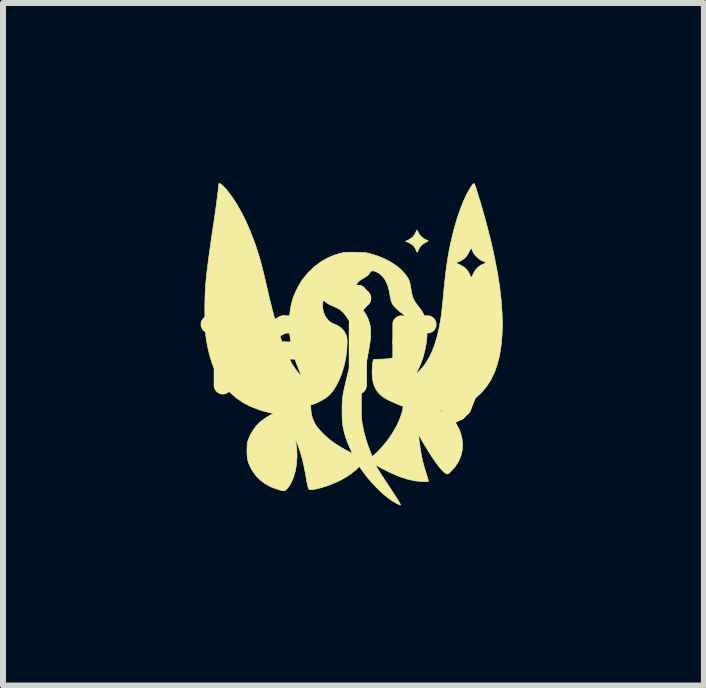
<source format=kicad_pcb>
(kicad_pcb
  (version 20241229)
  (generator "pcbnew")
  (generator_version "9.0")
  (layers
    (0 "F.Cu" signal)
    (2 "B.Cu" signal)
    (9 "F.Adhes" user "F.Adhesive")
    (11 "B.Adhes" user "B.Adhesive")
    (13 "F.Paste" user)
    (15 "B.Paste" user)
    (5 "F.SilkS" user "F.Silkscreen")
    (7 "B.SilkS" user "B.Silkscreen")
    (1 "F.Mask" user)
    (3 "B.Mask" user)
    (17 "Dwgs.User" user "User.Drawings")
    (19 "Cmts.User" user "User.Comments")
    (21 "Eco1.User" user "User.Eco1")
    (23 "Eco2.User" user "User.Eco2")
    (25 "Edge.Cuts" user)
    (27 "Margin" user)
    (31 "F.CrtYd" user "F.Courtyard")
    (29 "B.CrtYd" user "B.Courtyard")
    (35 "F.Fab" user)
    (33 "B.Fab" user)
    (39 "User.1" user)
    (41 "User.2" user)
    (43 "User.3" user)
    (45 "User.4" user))
  (footprint "fairy"
    (layer "F.Cu")
    (at 2.838 2.68)
    (property "Reference" "fairy" (at 0 0 0) (layer "F.SilkS") (effects (font (size 1.524 1.524) (thickness 0.3))))
    (attr through_hole)
    (fp_poly (pts (xy 1.065 -1.889) (xy 1.074 -1.871) (xy 1.079 -1.859) (xy 1.098 -1.825) (xy 1.128 -1.791) (xy 1.163 -1.761) (xy 1.199 -1.739) (xy 1.212 -1.734) (xy 1.232 -1.727) (xy 1.244 -1.719) (xy 1.245 -1.718) (xy 1.237 -1.711) (xy 1.219 -1.7) (xy 1.202 -1.692) (xy 1.163 -1.669) (xy 1.127 -1.637) (xy 1.098 -1.599) (xy 1.083 -1.568) (xy 1.072 -1.539) (xy 1.063 -1.528) (xy 1.055 -1.533) (xy 1.053 -1.537) (xy 1.03 -1.592) (xy 1.002 -1.633) (xy 0.963 -1.665) (xy 0.914 -1.691) (xy 0.868 -1.712) (xy 0.919 -1.735) (xy 0.972 -1.768) (xy 1.013 -1.812) (xy 1.038 -1.86) (xy 1.048 -1.882) (xy 1.056 -1.895) (xy 1.058 -1.897) (xy 1.065 -1.889)) (stroke (width 0.01) (type solid)) (fill yes) (layer "F.SilkS"))
    (fp_poly (pts (xy -2.225 -2.673) (xy -2.203 -2.659) (xy -2.176 -2.635) (xy -2.143 -2.603) (xy -2.107 -2.562) (xy -2.099 -2.551) (xy -2.019 -2.446) (xy -1.941 -2.325) (xy -1.865 -2.191) (xy -1.792 -2.046) (xy -1.724 -1.891) (xy -1.661 -1.729) (xy -1.634 -1.654) (xy -1.604 -1.563) (xy -1.576 -1.474) (xy -1.55 -1.384) (xy -1.524 -1.288) (xy -1.498 -1.184) (xy -1.471 -1.069) (xy -1.451 -0.982) (xy -1.403 -0.775) (xy -1.356 -0.583) (xy -1.309 -0.408) (xy -1.262 -0.248) (xy -1.214 -0.103) (xy -1.167 0.027) (xy -1.118 0.144) (xy -1.07 0.247) (xy -1.02 0.337) (xy -0.969 0.415) (xy -0.929 0.467) (xy -0.904 0.495) (xy -0.888 0.51) (xy -0.879 0.511) (xy -0.88 0.5) (xy -0.886 0.484) (xy -0.95 0.325) (xy -1.001 0.165) (xy -1.038 0.005) (xy -1.061 -0.152) (xy -1.071 -0.306) (xy -1.067 -0.455) (xy -1.049 -0.597) (xy -1.017 -0.733) (xy -1.008 -0.762) (xy -0.99 -0.809) (xy -0.966 -0.864) (xy -0.961 -0.873) (xy 0.011 -0.873) (xy 0.012 -0.831) (xy 0.022 -0.789) (xy 0.041 -0.743) (xy 0.071 -0.692) (xy 0.112 -0.632) (xy 0.122 -0.619) (xy 0.172 -0.548) (xy 0.211 -0.484) (xy 0.241 -0.426) (xy 0.262 -0.37) (xy 0.276 -0.313) (xy 0.284 -0.251) (xy 0.286 -0.216) (xy 0.287 -0.181) (xy 0.286 -0.146) (xy 0.284 -0.109) (xy 0.281 -0.068) (xy 0.275 -0.021) (xy 0.266 0.034) (xy 0.255 0.098) (xy 0.241 0.174) (xy 0.224 0.263) (xy 0.212 0.322) (xy 0.193 0.419) (xy 0.177 0.501) (xy 0.164 0.573) (xy 0.154 0.635) (xy 0.146 0.692) (xy 0.14 0.744) (xy 0.136 0.796) (xy 0.133 0.848) (xy 0.132 0.905) (xy 0.131 0.968) (xy 0.131 1.016) (xy 0.132 1.093) (xy 0.132 1.156) (xy 0.134 1.207) (xy 0.137 1.25) (xy 0.14 1.287) (xy 0.145 1.321) (xy 0.146 1.329) (xy 0.18 1.49) (xy 0.227 1.65) (xy 0.284 1.804) (xy 0.295 1.832) (xy 0.313 1.873) (xy 0.346 1.847) (xy 0.366 1.829) (xy 0.394 1.803) (xy 0.423 1.774) (xy 0.435 1.761) (xy 0.546 1.633) (xy 0.64 1.5) (xy 0.72 1.363) (xy 0.726 1.35) (xy 0.748 1.302) (xy 0.77 1.25) (xy 0.79 1.197) (xy 0.806 1.147) (xy 0.818 1.104) (xy 0.824 1.072) (xy 0.824 1.068) (xy 0.826 1.039) (xy 0.737 1.004) (xy 0.642 0.963) (xy 0.562 0.924) (xy 0.497 0.885) (xy 0.445 0.844) (xy 0.405 0.802) (xy 0.375 0.757) (xy 0.374 0.756) (xy 0.346 0.695) (xy 0.327 0.632) (xy 0.315 0.564) (xy 0.311 0.486) (xy 0.311 0.457) (xy 0.312 0.405) (xy 0.315 0.359) (xy 0.319 0.321) (xy 0.323 0.301) (xy 0.334 0.258) (xy 0.453 0.253) (xy 0.521 0.25) (xy 0.574 0.246) (xy 0.616 0.24) (xy 0.648 0.232) (xy 0.672 0.222) (xy 0.693 0.208) (xy 0.711 0.19) (xy 0.716 0.184) (xy 0.747 0.137) (xy 0.773 0.076) (xy 0.794 0.001) (xy 0.809 -0.084) (xy 0.817 -0.179) (xy 0.818 -0.188) (xy 0.821 -0.24) (xy 0.826 -0.28) (xy 0.833 -0.315) (xy 0.844 -0.351) (xy 0.849 -0.366) (xy 0.86 -0.401) (xy 0.866 -0.428) (xy 0.865 -0.449) (xy 0.855 -0.468) (xy 0.836 -0.489) (xy 0.805 -0.514) (xy 0.781 -0.532) (xy 0.724 -0.579) (xy 0.681 -0.623) (xy 0.649 -0.668) (xy 0.628 -0.717) (xy 0.614 -0.773) (xy 0.609 -0.805) (xy 0.59 -0.907) (xy 0.563 -0.995) (xy 0.527 -1.069) (xy 0.481 -1.13) (xy 0.427 -1.176) (xy 0.388 -1.198) (xy 0.349 -1.214) (xy 0.32 -1.219) (xy 0.297 -1.213) (xy 0.279 -1.195) (xy 0.269 -1.181) (xy 0.259 -1.165) (xy 0.247 -1.151) (xy 0.231 -1.137) (xy 0.21 -1.122) (xy 0.179 -1.103) (xy 0.136 -1.078) (xy 0.127 -1.072) (xy 0.079 -1.035) (xy 0.042 -0.986) (xy 0.019 -0.929) (xy 0.017 -0.917) (xy 0.011 -0.873) (xy -0.961 -0.873) (xy -0.937 -0.923) (xy -0.906 -0.98) (xy -0.876 -1.032) (xy -0.849 -1.074) (xy -0.845 -1.079) (xy -0.753 -1.19) (xy -0.654 -1.285) (xy -0.549 -1.365) (xy -0.436 -1.431) (xy -0.314 -1.482) (xy -0.225 -1.51) (xy -0.199 -1.516) (xy -0.174 -1.521) (xy -0.147 -1.524) (xy -0.115 -1.526) (xy -0.073 -1.527) (xy -0.02 -1.528) (xy 0.017 -1.528) (xy 0.076 -1.527) (xy 0.122 -1.527) (xy 0.159 -1.525) (xy 0.188 -1.523) (xy 0.215 -1.519) (xy 0.242 -1.513) (xy 0.274 -1.505) (xy 0.288 -1.501) (xy 0.403 -1.466) (xy 0.511 -1.422) (xy 0.611 -1.37) (xy 0.701 -1.313) (xy 0.78 -1.251) (xy 0.845 -1.184) (xy 0.897 -1.115) (xy 0.915 -1.083) (xy 0.933 -1.038) (xy 0.947 -0.982) (xy 0.953 -0.946) (xy 0.964 -0.88) (xy 0.974 -0.827) (xy 0.986 -0.783) (xy 1.002 -0.745) (xy 1.022 -0.709) (xy 1.048 -0.67) (xy 1.082 -0.626) (xy 1.089 -0.617) (xy 1.134 -0.556) (xy 1.168 -0.496) (xy 1.193 -0.434) (xy 1.21 -0.366) (xy 1.221 -0.289) (xy 1.225 -0.229) (xy 1.224 -0.12) (xy 1.211 -0.004) (xy 1.188 0.115) (xy 1.156 0.233) (xy 1.115 0.344) (xy 1.067 0.446) (xy 1.066 0.448) (xy 1.054 0.472) (xy 1.046 0.49) (xy 1.044 0.497) (xy 1.052 0.493) (xy 1.067 0.479) (xy 1.089 0.457) (xy 1.114 0.429) (xy 1.141 0.4) (xy 1.166 0.37) (xy 1.188 0.343) (xy 1.203 0.322) (xy 1.204 0.32) (xy 1.261 0.224) (xy 1.312 0.118) (xy 1.356 0.001) (xy 1.395 -0.129) (xy 1.428 -0.273) (xy 1.456 -0.432) (xy 1.46 -0.46) (xy 1.464 -0.492) (xy 1.47 -0.538) (xy 1.476 -0.594) (xy 1.483 -0.659) (xy 1.49 -0.728) (xy 1.497 -0.799) (xy 1.499 -0.824) (xy 1.513 -0.97) (xy 1.527 -1.102) (xy 1.541 -1.222) (xy 1.556 -1.333) (xy 1.559 -1.35) (xy 1.719 -1.35) (xy 1.724 -1.339) (xy 1.728 -1.338) (xy 1.74 -1.334) (xy 1.762 -1.325) (xy 1.79 -1.312) (xy 1.792 -1.311) (xy 1.85 -1.275) (xy 1.896 -1.228) (xy 1.932 -1.17) (xy 1.95 -1.124) (xy 1.957 -1.112) (xy 1.964 -1.112) (xy 1.974 -1.126) (xy 1.988 -1.154) (xy 1.994 -1.166) (xy 2.027 -1.226) (xy 2.071 -1.276) (xy 2.123 -1.314) (xy 2.159 -1.33) (xy 2.187 -1.342) (xy 2.201 -1.352) (xy 2.198 -1.361) (xy 2.18 -1.372) (xy 2.149 -1.384) (xy 2.109 -1.405) (xy 2.068 -1.436) (xy 2.03 -1.474) (xy 2 -1.515) (xy 1.985 -1.545) (xy 1.975 -1.57) (xy 1.967 -1.589) (xy 1.964 -1.595) (xy 1.957 -1.591) (xy 1.947 -1.575) (xy 1.933 -1.55) (xy 1.928 -1.54) (xy 1.909 -1.504) (xy 1.886 -1.469) (xy 1.864 -1.442) (xy 1.863 -1.441) (xy 1.838 -1.419) (xy 1.807 -1.398) (xy 1.775 -1.379) (xy 1.747 -1.367) (xy 1.729 -1.363) (xy 1.72 -1.356) (xy 1.719 -1.35) (xy 1.559 -1.35) (xy 1.572 -1.437) (xy 1.59 -1.537) (xy 1.609 -1.635) (xy 1.631 -1.734) (xy 1.655 -1.836) (xy 1.661 -1.858) (xy 1.694 -1.983) (xy 1.731 -2.105) (xy 1.771 -2.222) (xy 1.813 -2.332) (xy 1.856 -2.432) (xy 1.899 -2.52) (xy 1.942 -2.595) (xy 1.956 -2.617) (xy 1.976 -2.646) (xy 1.991 -2.665) (xy 2.003 -2.673) (xy 2.013 -2.669) (xy 2.022 -2.652) (xy 2.034 -2.621) (xy 2.048 -2.575) (xy 2.052 -2.564) (xy 2.143 -2.262) (xy 2.223 -1.973) (xy 2.293 -1.698) (xy 2.351 -1.434) (xy 2.399 -1.184) (xy 2.436 -0.946) (xy 2.461 -0.721) (xy 2.476 -0.508) (xy 2.481 -0.329) (xy 2.475 -0.142) (xy 2.459 0.032) (xy 2.433 0.192) (xy 2.396 0.34) (xy 2.348 0.475) (xy 2.289 0.597) (xy 2.219 0.706) (xy 2.139 0.803) (xy 2.047 0.887) (xy 1.945 0.958) (xy 1.861 1.003) (xy 1.803 1.028) (xy 1.737 1.051) (xy 1.668 1.072) (xy 1.599 1.09) (xy 1.534 1.102) (xy 1.48 1.109) (xy 1.462 1.109) (xy 1.449 1.11) (xy 1.446 1.113) (xy 1.455 1.12) (xy 1.477 1.132) (xy 1.486 1.137) (xy 1.574 1.192) (xy 1.648 1.255) (xy 1.708 1.325) (xy 1.754 1.405) (xy 1.781 1.473) (xy 1.808 1.577) (xy 1.817 1.678) (xy 1.811 1.776) (xy 1.788 1.87) (xy 1.749 1.959) (xy 1.695 2.043) (xy 1.646 2.099) (xy 1.616 2.129) (xy 1.595 2.149) (xy 1.581 2.161) (xy 1.569 2.165) (xy 1.558 2.165) (xy 1.553 2.164) (xy 1.527 2.151) (xy 1.494 2.123) (xy 1.456 2.082) (xy 1.411 2.027) (xy 1.362 1.96) (xy 1.308 1.882) (xy 1.251 1.792) (xy 1.189 1.692) (xy 1.125 1.583) (xy 1.123 1.579) (xy 1.106 1.55) (xy 1.093 1.529) (xy 1.085 1.518) (xy 1.084 1.517) (xy 1.085 1.527) (xy 1.088 1.551) (xy 1.092 1.586) (xy 1.097 1.628) (xy 1.101 1.657) (xy 1.118 1.773) (xy 1.136 1.878) (xy 1.158 1.975) (xy 1.185 2.07) (xy 1.207 2.141) (xy 1.222 2.186) (xy 1.234 2.227) (xy 1.243 2.259) (xy 1.248 2.281) (xy 1.248 2.288) (xy 1.236 2.292) (xy 1.208 2.294) (xy 1.164 2.293) (xy 1.135 2.292) (xy 1.021 2.28) (xy 0.899 2.252) (xy 0.769 2.21) (xy 0.632 2.152) (xy 0.487 2.08) (xy 0.425 2.046) (xy 0.4 2.032) (xy 0.381 2.024) (xy 0.373 2.022) (xy 0.373 2.023) (xy 0.377 2.035) (xy 0.392 2.06) (xy 0.416 2.099) (xy 0.449 2.152) (xy 0.492 2.218) (xy 0.543 2.297) (xy 0.601 2.383) (xy 0.652 2.461) (xy 0.694 2.526) (xy 0.728 2.579) (xy 0.753 2.62) (xy 0.77 2.65) (xy 0.78 2.67) (xy 0.782 2.681) (xy 0.78 2.684) (xy 0.769 2.68) (xy 0.747 2.67) (xy 0.718 2.657) (xy 0.709 2.651) (xy 0.639 2.61) (xy 0.563 2.555) (xy 0.484 2.489) (xy 0.404 2.413) (xy 0.325 2.33) (xy 0.248 2.243) (xy 0.177 2.151) (xy 0.15 2.115) (xy 0.098 2.041) (xy 0.042 2.095) (xy -0.032 2.156) (xy -0.119 2.215) (xy -0.217 2.27) (xy -0.323 2.319) (xy -0.434 2.362) (xy -0.547 2.397) (xy -0.632 2.417) (xy -0.677 2.425) (xy -0.708 2.428) (xy -0.729 2.425) (xy -0.743 2.417) (xy -0.751 2.404) (xy -0.756 2.389) (xy -0.763 2.36) (xy -0.771 2.321) (xy -0.78 2.273) (xy -0.79 2.221) (xy -0.792 2.21) (xy -0.802 2.15) (xy -0.814 2.088) (xy -0.826 2.029) (xy -0.838 1.977) (xy -0.846 1.94) (xy -0.859 1.893) (xy -0.874 1.841) (xy -0.891 1.787) (xy -0.908 1.735) (xy -0.924 1.688) (xy -0.939 1.65) (xy -0.95 1.623) (xy -0.953 1.618) (xy -0.966 1.596) (xy -0.961 1.621) (xy -0.944 1.75) (xy -0.94 1.877) (xy -0.948 2) (xy -0.968 2.116) (xy -1 2.224) (xy -1.04 2.315) (xy -1.062 2.353) (xy -1.087 2.388) (xy -1.112 2.418) (xy -1.135 2.438) (xy -1.153 2.447) (xy -1.155 2.447) (xy -1.18 2.444) (xy -1.216 2.435) (xy -1.259 2.423) (xy -1.304 2.408) (xy -1.347 2.392) (xy -1.379 2.379) (xy -1.474 2.326) (xy -1.559 2.262) (xy -1.63 2.188) (xy -1.688 2.105) (xy -1.704 2.076) (xy -1.73 2.024) (xy -1.749 1.979) (xy -1.761 1.937) (xy -1.769 1.894) (xy -1.772 1.843) (xy -1.774 1.781) (xy -1.774 1.778) (xy -1.773 1.729) (xy -1.772 1.692) (xy -1.77 1.664) (xy -1.766 1.639) (xy -1.759 1.615) (xy -1.749 1.586) (xy -1.747 1.582) (xy -1.716 1.51) (xy -1.673 1.438) (xy -1.624 1.37) (xy -1.573 1.316) (xy -1.537 1.285) (xy -1.495 1.254) (xy -1.453 1.224) (xy -1.412 1.199) (xy -1.378 1.181) (xy -1.365 1.176) (xy -1.347 1.169) (xy -1.338 1.162) (xy -1.338 1.161) (xy -1.345 1.157) (xy -1.366 1.151) (xy -1.396 1.143) (xy -1.41 1.14) (xy -1.451 1.131) (xy -1.5 1.118) (xy -1.549 1.104) (xy -1.571 1.096) (xy -1.709 1.043) (xy -1.758 1.018) (xy -0.713 1.018) (xy -0.709 1.095) (xy -0.7 1.172) (xy -0.681 1.243) (xy -0.648 1.314) (xy -0.633 1.342) (xy -0.604 1.384) (xy -0.563 1.433) (xy -0.515 1.485) (xy -0.461 1.536) (xy -0.404 1.586) (xy -0.348 1.629) (xy -0.322 1.648) (xy -0.28 1.675) (xy -0.234 1.704) (xy -0.185 1.733) (xy -0.137 1.76) (xy -0.093 1.784) (xy -0.056 1.804) (xy -0.028 1.816) (xy -0.019 1.82) (xy -0.021 1.813) (xy -0.03 1.795) (xy -0.042 1.77) (xy -0.043 1.769) (xy -0.069 1.713) (xy -0.095 1.649) (xy -0.12 1.583) (xy -0.14 1.521) (xy -0.152 1.479) (xy -0.165 1.423) (xy -0.175 1.372) (xy -0.182 1.323) (xy -0.186 1.271) (xy -0.189 1.212) (xy -0.19 1.143) (xy -0.19 1.105) (xy -0.19 1.051) (xy -0.189 1.003) (xy -0.187 0.959) (xy -0.183 0.917) (xy -0.178 0.874) (xy -0.171 0.828) (xy -0.161 0.776) (xy -0.148 0.718) (xy -0.132 0.65) (xy -0.113 0.57) (xy -0.09 0.475) (xy -0.089 0.474) (xy -0.073 0.407) (xy -0.057 0.34) (xy -0.042 0.278) (xy -0.029 0.222) (xy -0.019 0.176) (xy -0.013 0.144) (xy -0.012 0.14) (xy -0.003 0.077) (xy 0.002 0.008) (xy 0.003 -0.062) (xy 0.002 -0.129) (xy -0.004 -0.188) (xy -0.012 -0.233) (xy -0.038 -0.313) (xy -0.075 -0.39) (xy -0.119 -0.461) (xy -0.169 -0.522) (xy -0.219 -0.567) (xy -0.245 -0.584) (xy -0.281 -0.603) (xy -0.322 -0.622) (xy -0.343 -0.631) (xy -0.399 -0.656) (xy -0.44 -0.681) (xy -0.463 -0.699) (xy -0.483 -0.717) (xy -0.496 -0.724) (xy -0.504 -0.719) (xy -0.509 -0.7) (xy -0.513 -0.667) (xy -0.514 -0.661) (xy -0.513 -0.597) (xy -0.5 -0.534) (xy -0.477 -0.474) (xy -0.443 -0.422) (xy -0.402 -0.378) (xy -0.355 -0.347) (xy -0.332 -0.338) (xy -0.263 -0.308) (xy -0.204 -0.266) (xy -0.157 -0.213) (xy -0.13 -0.167) (xy -0.12 -0.144) (xy -0.113 -0.123) (xy -0.109 -0.102) (xy -0.107 -0.075) (xy -0.106 -0.038) (xy -0.106 -0.008) (xy -0.111 0.1) (xy -0.125 0.21) (xy -0.146 0.319) (xy -0.175 0.426) (xy -0.209 0.528) (xy -0.25 0.623) (xy -0.295 0.708) (xy -0.343 0.783) (xy -0.395 0.844) (xy -0.427 0.873) (xy -0.471 0.905) (xy -0.525 0.937) (xy -0.583 0.968) (xy -0.639 0.993) (xy -0.668 1.003) (xy -0.713 1.018) (xy -1.758 1.018) (xy -1.836 0.978) (xy -1.951 0.9) (xy -2.054 0.809) (xy -2.147 0.706) (xy -2.227 0.591) (xy -2.297 0.463) (xy -2.355 0.323) (xy -2.401 0.17) (xy -2.425 0.066) (xy -2.439 -0.004) (xy -2.45 -0.069) (xy -2.459 -0.131) (xy -2.465 -0.194) (xy -2.47 -0.261) (xy -2.473 -0.335) (xy -2.475 -0.418) (xy -2.476 -0.515) (xy -2.476 -0.546) (xy -2.476 -0.624) (xy -2.475 -0.697) (xy -2.473 -0.768) (xy -2.471 -0.837) (xy -2.467 -0.906) (xy -2.463 -0.976) (xy -2.457 -1.05) (xy -2.449 -1.127) (xy -2.44 -1.211) (xy -2.429 -1.302) (xy -2.416 -1.401) (xy -2.401 -1.511) (xy -2.384 -1.632) (xy -2.365 -1.767) (xy -2.343 -1.916) (xy -2.332 -1.985) (xy -2.319 -2.076) (xy -2.306 -2.165) (xy -2.294 -2.253) (xy -2.282 -2.338) (xy -2.272 -2.416) (xy -2.263 -2.488) (xy -2.255 -2.55) (xy -2.249 -2.601) (xy -2.245 -2.639) (xy -2.244 -2.662) (xy -2.244 -2.665) (xy -2.239 -2.675) (xy -2.225 -2.673)) (stroke (width 0.01) (type solid)) (fill yes) (layer "F.SilkS")))
  (gr_rect
    (start -3 -3)
    (end 8.675 8.369)
    (stroke (width 0.1) (type default))
    (fill no)
    (layer "Edge.Cuts")))
</source>
